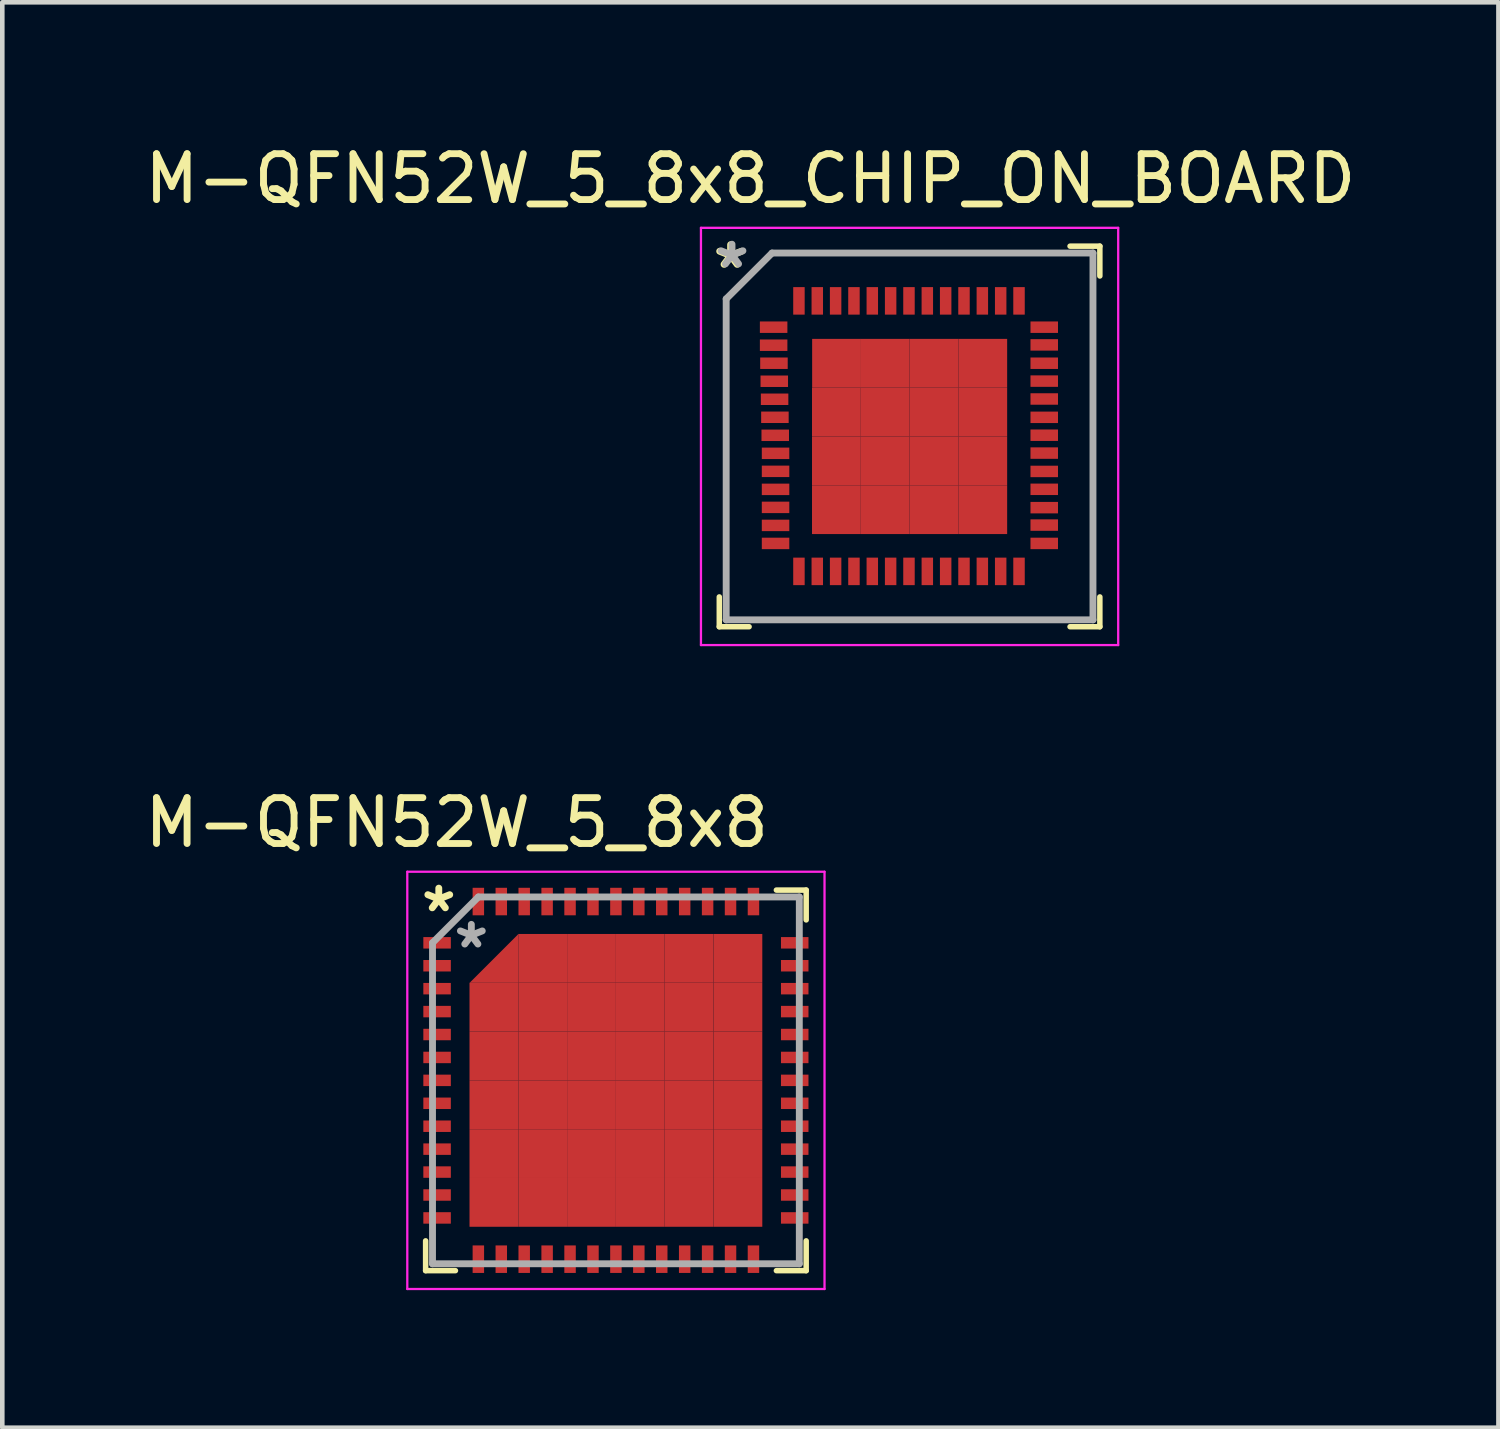
<source format=kicad_pcb>
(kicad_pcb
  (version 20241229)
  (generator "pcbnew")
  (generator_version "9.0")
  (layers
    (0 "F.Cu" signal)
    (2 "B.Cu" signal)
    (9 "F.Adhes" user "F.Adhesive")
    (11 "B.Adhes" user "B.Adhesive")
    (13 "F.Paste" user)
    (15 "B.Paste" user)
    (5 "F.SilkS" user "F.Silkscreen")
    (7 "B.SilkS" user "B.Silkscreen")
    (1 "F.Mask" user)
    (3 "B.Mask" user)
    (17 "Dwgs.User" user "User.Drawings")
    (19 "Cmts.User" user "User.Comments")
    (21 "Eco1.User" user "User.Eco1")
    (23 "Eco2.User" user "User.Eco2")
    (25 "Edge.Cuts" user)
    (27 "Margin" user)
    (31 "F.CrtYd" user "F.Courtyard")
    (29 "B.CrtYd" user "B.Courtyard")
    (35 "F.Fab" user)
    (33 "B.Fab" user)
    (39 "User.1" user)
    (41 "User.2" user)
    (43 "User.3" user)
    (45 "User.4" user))
  (footprint "M-QFN52W_5_8x8_CHIP_ON_BOARD"
    (layer "F.Cu")
    (at 13.595 9.662)
    (property "Reference" "M-QFN52W_5_8x8_CHIP_ON_BOARD" (at -0.279 -8.814 0) (layer "F.SilkS") (effects (font (size 1 1) (thickness 0.15))))
    (attr through_hole)
    (fp_line (start -0.957 0.957) (end -0.957 0.307) (stroke (width 0.12) (type solid)) (layer "F.SilkS"))
    (fp_line (start -0.307 0.957) (end -0.957 0.957) (stroke (width 0.12) (type solid)) (layer "F.SilkS"))
    (fp_line (start 6.693 -7.343) (end 7.343 -7.343) (stroke (width 0.12) (type solid)) (layer "F.SilkS"))
    (fp_line (start 6.693 0.957) (end 7.343 0.957) (stroke (width 0.12) (type solid)) (layer "F.SilkS"))
    (fp_line (start 7.343 -7.343) (end 7.343 -6.693) (stroke (width 0.12) (type solid)) (layer "F.SilkS"))
    (fp_line (start 7.343 0.957) (end 7.343 0.307) (stroke (width 0.12) (type solid)) (layer "F.SilkS"))
    (fp_line (start -1.357 -7.743) (end 7.743 -7.743) (stroke (width 0.05) (type solid)) (layer "F.CrtYd"))
    (fp_line (start -1.357 1.357) (end -1.357 -7.743) (stroke (width 0.05) (type solid)) (layer "F.CrtYd"))
    (fp_line (start 7.743 -7.743) (end 7.743 1.357) (stroke (width 0.05) (type solid)) (layer "F.CrtYd"))
    (fp_line (start 7.743 1.357) (end -1.357 1.357) (stroke (width 0.05) (type solid)) (layer "F.CrtYd"))
    (fp_line (start -0.807 -6.193) (end -0.807 0.807) (stroke (width 0.15) (type solid)) (layer "F.Fab"))
    (fp_line (start -0.807 0.807) (end 7.193 0.807) (stroke (width 0.15) (type solid)) (layer "F.Fab"))
    (fp_line (start 0.193 -7.193) (end -0.807 -6.193) (stroke (width 0.15) (type solid)) (layer "F.Fab"))
    (fp_line (start 7.193 -7.193) (end 0.193 -7.193) (stroke (width 0.15) (type solid)) (layer "F.Fab"))
    (fp_line (start 7.193 0.807) (end 7.193 -7.193) (stroke (width 0.15) (type solid)) (layer "F.Fab"))
    (fp_text user "*" (at -0.71 -6.83 0) (layer "F.SilkS") (effects (font (size 1 1) (thickness 0.15))))
    (fp_text user "*" (at -0.68 -6.84 0) (layer "F.Fab") (effects (font (size 1 1) (thickness 0.15))))
    (pad "1" smd rect (at 0.228 -5.576 90) (size 0.25 0.6) (layers "F.Cu" "F.Mask" "F.Paste"))
    (pad "2" smd rect (at 0.228 -5.183 90) (size 0.25 0.6) (layers "F.Cu" "F.Mask" "F.Paste"))
    (pad "3" smd rect (at 0.235 -4.79 90) (size 0.25 0.6) (layers "F.Cu" "F.Mask" "F.Paste"))
    (pad "4" smd rect (at 0.242 -4.397 90) (size 0.25 0.6) (layers "F.Cu" "F.Mask" "F.Paste"))
    (pad "5" smd rect (at 0.249 -4.004 90) (size 0.25 0.6) (layers "F.Cu" "F.Mask" "F.Paste"))
    (pad "6" smd rect (at 0.256 -3.611 90) (size 0.25 0.6) (layers "F.Cu" "F.Mask" "F.Paste"))
    (pad "7" smd rect (at 0.263 -3.218 90) (size 0.25 0.6) (layers "F.Cu" "F.Mask" "F.Paste"))
    (pad "8" smd rect (at 0.27 -2.825 90) (size 0.25 0.6) (layers "F.Cu" "F.Mask" "F.Paste"))
    (pad "9" smd rect (at 0.27 -2.432 90) (size 0.25 0.6) (layers "F.Cu" "F.Mask" "F.Paste"))
    (pad "10" smd rect (at 0.27 -2.039 90) (size 0.25 0.6) (layers "F.Cu" "F.Mask" "F.Paste"))
    (pad "11" smd rect (at 0.27 -1.646 90) (size 0.25 0.6) (layers "F.Cu" "F.Mask" "F.Paste"))
    (pad "12" smd rect (at 0.27 -1.253 90) (size 0.25 0.6) (layers "F.Cu" "F.Mask" "F.Paste"))
    (pad "13" smd rect (at 0.27 -0.86 90) (size 0.25 0.6) (layers "F.Cu" "F.Mask" "F.Paste"))
    (pad "14" smd rect (at 0.78 -0.25) (size 0.25 0.6) (layers "F.Cu" "F.Mask" "F.Paste"))
    (pad "15" smd rect (at 1.18 -0.25) (size 0.25 0.6) (layers "F.Cu" "F.Mask" "F.Paste"))
    (pad "16" smd rect (at 1.58 -0.25) (size 0.25 0.6) (layers "F.Cu" "F.Mask" "F.Paste"))
    (pad "17" smd rect (at 1.98 -0.25) (size 0.25 0.6) (layers "F.Cu" "F.Mask" "F.Paste"))
    (pad "18" smd rect (at 2.38 -0.25) (size 0.25 0.6) (layers "F.Cu" "F.Mask" "F.Paste"))
    (pad "19" smd rect (at 2.78 -0.25) (size 0.25 0.6) (layers "F.Cu" "F.Mask" "F.Paste"))
    (pad "20" smd rect (at 3.18 -0.25) (size 0.25 0.6) (layers "F.Cu" "F.Mask" "F.Paste"))
    (pad "21" smd rect (at 3.58 -0.25) (size 0.25 0.6) (layers "F.Cu" "F.Mask" "F.Paste"))
    (pad "22" smd rect (at 3.98 -0.25) (size 0.25 0.6) (layers "F.Cu" "F.Mask" "F.Paste"))
    (pad "23" smd rect (at 4.38 -0.25) (size 0.25 0.6) (layers "F.Cu" "F.Mask" "F.Paste"))
    (pad "24" smd rect (at 4.78 -0.25) (size 0.25 0.6) (layers "F.Cu" "F.Mask" "F.Paste"))
    (pad "25" smd rect (at 5.18 -0.25) (size 0.25 0.6) (layers "F.Cu" "F.Mask" "F.Paste"))
    (pad "26" smd rect (at 5.58 -0.25) (size 0.25 0.6) (layers "F.Cu" "F.Mask" "F.Paste"))
    (pad "27" smd rect (at 6.13 -0.86 90) (size 0.25 0.6) (layers "F.Cu" "F.Mask" "F.Paste"))
    (pad "28" smd rect (at 6.13 -1.26 90) (size 0.25 0.6) (layers "F.Cu" "F.Mask" "F.Paste"))
    (pad "29" smd rect (at 6.13 -1.64 90) (size 0.25 0.6) (layers "F.Cu" "F.Mask" "F.Paste"))
    (pad "30" smd rect (at 6.13 -2.04 90) (size 0.25 0.6) (layers "F.Cu" "F.Mask" "F.Paste"))
    (pad "31" smd rect (at 6.13 -2.43 90) (size 0.25 0.6) (layers "F.Cu" "F.Mask" "F.Paste"))
    (pad "32" smd rect (at 6.13 -2.83 90) (size 0.25 0.6) (layers "F.Cu" "F.Mask" "F.Paste"))
    (pad "33" smd rect (at 6.13 -3.22 90) (size 0.25 0.6) (layers "F.Cu" "F.Mask" "F.Paste"))
    (pad "34" smd rect (at 6.13 -3.61 90) (size 0.25 0.6) (layers "F.Cu" "F.Mask" "F.Paste"))
    (pad "35" smd rect (at 6.13 -4.01 90) (size 0.25 0.6) (layers "F.Cu" "F.Mask" "F.Paste"))
    (pad "36" smd rect (at 6.13 -4.4 90) (size 0.25 0.6) (layers "F.Cu" "F.Mask" "F.Paste"))
    (pad "37" smd rect (at 6.13 -4.79 90) (size 0.25 0.6) (layers "F.Cu" "F.Mask" "F.Paste"))
    (pad "38" smd rect (at 6.13 -5.19 90) (size 0.25 0.6) (layers "F.Cu" "F.Mask" "F.Paste"))
    (pad "39" smd rect (at 6.13 -5.576 90) (size 0.25 0.6) (layers "F.Cu" "F.Mask" "F.Paste"))
    (pad "40" smd rect (at 5.58 -6.15) (size 0.25 0.6) (layers "F.Cu" "F.Mask" "F.Paste"))
    (pad "41" smd rect (at 5.18 -6.15) (size 0.25 0.6) (layers "F.Cu" "F.Mask" "F.Paste"))
    (pad "42" smd rect (at 4.78 -6.15) (size 0.25 0.6) (layers "F.Cu" "F.Mask" "F.Paste"))
    (pad "43" smd rect (at 4.38 -6.15) (size 0.25 0.6) (layers "F.Cu" "F.Mask" "F.Paste"))
    (pad "44" smd rect (at 3.98 -6.15) (size 0.25 0.6) (layers "F.Cu" "F.Mask" "F.Paste"))
    (pad "45" smd rect (at 3.58 -6.15) (size 0.25 0.6) (layers "F.Cu" "F.Mask" "F.Paste"))
    (pad "46" smd rect (at 3.18 -6.15) (size 0.25 0.6) (layers "F.Cu" "F.Mask" "F.Paste"))
    (pad "47" smd rect (at 2.78 -6.15) (size 0.25 0.6) (layers "F.Cu" "F.Mask" "F.Paste"))
    (pad "48" smd rect (at 2.38 -6.15) (size 0.25 0.6) (layers "F.Cu" "F.Mask" "F.Paste"))
    (pad "49" smd rect (at 1.98 -6.15) (size 0.25 0.6) (layers "F.Cu" "F.Mask" "F.Paste"))
    (pad "50" smd rect (at 1.58 -6.15) (size 0.25 0.6) (layers "F.Cu" "F.Mask" "F.Paste"))
    (pad "51" smd rect (at 1.18 -6.15) (size 0.25 0.6) (layers "F.Cu" "F.Mask" "F.Paste"))
    (pad "52" smd rect (at 0.78 -6.15) (size 0.25 0.6) (layers "F.Cu" "F.Mask" "F.Paste"))
    (pad "53" smd rect (at 1.597 -3.725) (size 1.064 1.064) (layers "F.Cu" "F.Mask" "F.Paste"))
    (pad "53" smd rect (at 1.597 -2.661) (size 1.064 1.064) (layers "F.Cu" "F.Mask" "F.Paste"))
    (pad "53" smd rect (at 1.597 -1.596) (size 1.064 1.064) (layers "F.Cu" "F.Mask" "F.Paste"))
    (pad "53" smd rect (at 1.6 -4.789) (size 1.064 1.064) (layers "F.Cu" "F.Mask" "F.Paste"))
    (pad "53" smd rect (at 2.661 -4.789) (size 1.064 1.064) (layers "F.Cu" "F.Mask" "F.Paste"))
    (pad "53" smd rect (at 2.661 -3.725) (size 1.064 1.064) (layers "F.Cu" "F.Mask" "F.Paste"))
    (pad "53" smd rect (at 2.661 -2.661) (size 1.064 1.064) (layers "F.Cu" "F.Mask" "F.Paste"))
    (pad "53" smd rect (at 2.661 -1.596) (size 1.064 1.064) (layers "F.Cu" "F.Mask" "F.Paste"))
    (pad "53" smd rect (at 3.725 -4.789) (size 1.064 1.064) (layers "F.Cu" "F.Mask" "F.Paste"))
    (pad "53" smd rect (at 3.725 -3.725) (size 1.064 1.064) (layers "F.Cu" "F.Mask" "F.Paste"))
    (pad "53" smd rect (at 3.725 -2.661) (size 1.064 1.064) (layers "F.Cu" "F.Mask" "F.Paste"))
    (pad "53" smd rect (at 3.725 -1.596) (size 1.064 1.064) (layers "F.Cu" "F.Mask" "F.Paste"))
    (pad "53" smd rect (at 4.789 -4.789) (size 1.064 1.064) (layers "F.Cu" "F.Mask" "F.Paste"))
    (pad "53" smd rect (at 4.789 -3.725) (size 1.064 1.064) (layers "F.Cu" "F.Mask" "F.Paste"))
    (pad "53" smd rect (at 4.789 -2.661) (size 1.064 1.064) (layers "F.Cu" "F.Mask" "F.Paste"))
    (pad "53" smd rect (at 4.789 -1.596) (size 1.064 1.064) (layers "F.Cu" "F.Mask" "F.Paste")))
  (footprint "M-QFN52W_5_8x8"
    (layer "F.Cu")
    (at 7.19 23.706)
    (property "Reference" "M-QFN52W_5_8x8" (at -0.279 -8.814 0) (layer "F.SilkS") (effects (font (size 1 1) (thickness 0.15))))
    (attr through_hole)
    (fp_line (start -0.957 0.957) (end -0.957 0.307) (stroke (width 0.12) (type solid)) (layer "F.SilkS"))
    (fp_line (start -0.307 0.957) (end -0.957 0.957) (stroke (width 0.12) (type solid)) (layer "F.SilkS"))
    (fp_line (start 6.693 -7.343) (end 7.343 -7.343) (stroke (width 0.12) (type solid)) (layer "F.SilkS"))
    (fp_line (start 6.693 0.957) (end 7.343 0.957) (stroke (width 0.12) (type solid)) (layer "F.SilkS"))
    (fp_line (start 7.343 -7.343) (end 7.343 -6.693) (stroke (width 0.12) (type solid)) (layer "F.SilkS"))
    (fp_line (start 7.343 0.957) (end 7.343 0.307) (stroke (width 0.12) (type solid)) (layer "F.SilkS"))
    (fp_line (start -1.357 -7.743) (end 7.743 -7.743) (stroke (width 0.05) (type solid)) (layer "F.CrtYd"))
    (fp_line (start -1.357 1.357) (end -1.357 -7.743) (stroke (width 0.05) (type solid)) (layer "F.CrtYd"))
    (fp_line (start 7.743 -7.743) (end 7.743 1.357) (stroke (width 0.05) (type solid)) (layer "F.CrtYd"))
    (fp_line (start 7.743 1.357) (end -1.357 1.357) (stroke (width 0.05) (type solid)) (layer "F.CrtYd"))
    (fp_line (start -0.807 -6.193) (end -0.807 0.807) (stroke (width 0.15) (type solid)) (layer "F.Fab"))
    (fp_line (start -0.807 0.807) (end 7.193 0.807) (stroke (width 0.15) (type solid)) (layer "F.Fab"))
    (fp_line (start 0.193 -7.193) (end -0.807 -6.193) (stroke (width 0.15) (type solid)) (layer "F.Fab"))
    (fp_line (start 7.193 -7.193) (end 0.193 -7.193) (stroke (width 0.15) (type solid)) (layer "F.Fab"))
    (fp_line (start 7.193 0.807) (end 7.193 -7.193) (stroke (width 0.15) (type solid)) (layer "F.Fab"))
    (fp_text user "*" (at -0.67 -6.84 0) (layer "F.SilkS") (effects (font (size 1 1) (thickness 0.15))))
    (fp_text user "*" (at 0.04 -6.05 0) (layer "F.Fab") (effects (font (size 1 1) (thickness 0.15))))
    (pad "1" smd rect (at -0.707 -6.193 90) (size 0.25 0.6) (layers "F.Cu" "F.Mask" "F.Paste"))
    (pad "2" smd rect (at -0.707 -5.693 90) (size 0.25 0.6) (layers "F.Cu" "F.Mask" "F.Paste"))
    (pad "3" smd rect (at -0.707 -5.193 90) (size 0.25 0.6) (layers "F.Cu" "F.Mask" "F.Paste"))
    (pad "4" smd rect (at -0.707 -4.693 90) (size 0.25 0.6) (layers "F.Cu" "F.Mask" "F.Paste"))
    (pad "5" smd rect (at -0.707 -4.193 90) (size 0.25 0.6) (layers "F.Cu" "F.Mask" "F.Paste"))
    (pad "6" smd rect (at -0.707 -3.693 90) (size 0.25 0.6) (layers "F.Cu" "F.Mask" "F.Paste"))
    (pad "7" smd rect (at -0.707 -3.193 90) (size 0.25 0.6) (layers "F.Cu" "F.Mask" "F.Paste"))
    (pad "8" smd rect (at -0.707 -2.693 90) (size 0.25 0.6) (layers "F.Cu" "F.Mask" "F.Paste"))
    (pad "9" smd rect (at -0.707 -2.193 90) (size 0.25 0.6) (layers "F.Cu" "F.Mask" "F.Paste"))
    (pad "10" smd rect (at -0.707 -1.693 90) (size 0.25 0.6) (layers "F.Cu" "F.Mask" "F.Paste"))
    (pad "11" smd rect (at -0.707 -1.193 90) (size 0.25 0.6) (layers "F.Cu" "F.Mask" "F.Paste"))
    (pad "12" smd rect (at -0.707 -0.693 90) (size 0.25 0.6) (layers "F.Cu" "F.Mask" "F.Paste"))
    (pad "13" smd rect (at -0.707 -0.193 90) (size 0.25 0.6) (layers "F.Cu" "F.Mask" "F.Paste"))
    (pad "14" smd rect (at 0.193 0.707) (size 0.25 0.6) (layers "F.Cu" "F.Mask" "F.Paste"))
    (pad "15" smd rect (at 0.693 0.707) (size 0.25 0.6) (layers "F.Cu" "F.Mask" "F.Paste"))
    (pad "16" smd rect (at 1.193 0.707) (size 0.25 0.6) (layers "F.Cu" "F.Mask" "F.Paste"))
    (pad "17" smd rect (at 1.693 0.707) (size 0.25 0.6) (layers "F.Cu" "F.Mask" "F.Paste"))
    (pad "18" smd rect (at 2.193 0.707) (size 0.25 0.6) (layers "F.Cu" "F.Mask" "F.Paste"))
    (pad "19" smd rect (at 2.693 0.707) (size 0.25 0.6) (layers "F.Cu" "F.Mask" "F.Paste"))
    (pad "20" smd rect (at 3.193 0.707) (size 0.25 0.6) (layers "F.Cu" "F.Mask" "F.Paste"))
    (pad "21" smd rect (at 3.693 0.707) (size 0.25 0.6) (layers "F.Cu" "F.Mask" "F.Paste"))
    (pad "22" smd rect (at 4.193 0.707) (size 0.25 0.6) (layers "F.Cu" "F.Mask" "F.Paste"))
    (pad "23" smd rect (at 4.693 0.707) (size 0.25 0.6) (layers "F.Cu" "F.Mask" "F.Paste"))
    (pad "24" smd rect (at 5.193 0.707) (size 0.25 0.6) (layers "F.Cu" "F.Mask" "F.Paste"))
    (pad "25" smd rect (at 5.693 0.707) (size 0.25 0.6) (layers "F.Cu" "F.Mask" "F.Paste"))
    (pad "26" smd rect (at 6.193 0.707) (size 0.25 0.6) (layers "F.Cu" "F.Mask" "F.Paste"))
    (pad "27" smd rect (at 7.093 -0.193 90) (size 0.25 0.6) (layers "F.Cu" "F.Mask" "F.Paste"))
    (pad "28" smd rect (at 7.093 -0.693 90) (size 0.25 0.6) (layers "F.Cu" "F.Mask" "F.Paste"))
    (pad "29" smd rect (at 7.093 -1.193 90) (size 0.25 0.6) (layers "F.Cu" "F.Mask" "F.Paste"))
    (pad "30" smd rect (at 7.093 -1.693 90) (size 0.25 0.6) (layers "F.Cu" "F.Mask" "F.Paste"))
    (pad "31" smd rect (at 7.093 -2.193 90) (size 0.25 0.6) (layers "F.Cu" "F.Mask" "F.Paste"))
    (pad "32" smd rect (at 7.093 -2.693 90) (size 0.25 0.6) (layers "F.Cu" "F.Mask" "F.Paste"))
    (pad "33" smd rect (at 7.093 -3.193 90) (size 0.25 0.6) (layers "F.Cu" "F.Mask" "F.Paste"))
    (pad "34" smd rect (at 7.093 -3.693 90) (size 0.25 0.6) (layers "F.Cu" "F.Mask" "F.Paste"))
    (pad "35" smd rect (at 7.093 -4.193 90) (size 0.25 0.6) (layers "F.Cu" "F.Mask" "F.Paste"))
    (pad "36" smd rect (at 7.093 -4.693 90) (size 0.25 0.6) (layers "F.Cu" "F.Mask" "F.Paste"))
    (pad "37" smd rect (at 7.093 -5.193 90) (size 0.25 0.6) (layers "F.Cu" "F.Mask" "F.Paste"))
    (pad "38" smd rect (at 7.093 -5.693 90) (size 0.25 0.6) (layers "F.Cu" "F.Mask" "F.Paste"))
    (pad "39" smd rect (at 7.093 -6.193 90) (size 0.25 0.6) (layers "F.Cu" "F.Mask" "F.Paste"))
    (pad "40" smd rect (at 6.193 -7.093) (size 0.25 0.6) (layers "F.Cu" "F.Mask" "F.Paste"))
    (pad "41" smd rect (at 5.693 -7.093) (size 0.25 0.6) (layers "F.Cu" "F.Mask" "F.Paste"))
    (pad "42" smd rect (at 5.193 -7.093) (size 0.25 0.6) (layers "F.Cu" "F.Mask" "F.Paste"))
    (pad "43" smd rect (at 4.693 -7.093) (size 0.25 0.6) (layers "F.Cu" "F.Mask" "F.Paste"))
    (pad "44" smd rect (at 4.193 -7.093) (size 0.25 0.6) (layers "F.Cu" "F.Mask" "F.Paste"))
    (pad "45" smd rect (at 3.693 -7.093) (size 0.25 0.6) (layers "F.Cu" "F.Mask" "F.Paste"))
    (pad "46" smd rect (at 3.193 -7.093) (size 0.25 0.6) (layers "F.Cu" "F.Mask" "F.Paste"))
    (pad "47" smd rect (at 2.693 -7.093) (size 0.25 0.6) (layers "F.Cu" "F.Mask" "F.Paste"))
    (pad "48" smd rect (at 2.193 -7.093) (size 0.25 0.6) (layers "F.Cu" "F.Mask" "F.Paste"))
    (pad "49" smd rect (at 1.693 -7.093) (size 0.25 0.6) (layers "F.Cu" "F.Mask" "F.Paste"))
    (pad "50" smd rect (at 1.193 -7.093) (size 0.25 0.6) (layers "F.Cu" "F.Mask" "F.Paste"))
    (pad "51" smd rect (at 0.693 -7.093) (size 0.25 0.6) (layers "F.Cu" "F.Mask" "F.Paste"))
    (pad "52" smd rect (at 0.193 -7.093) (size 0.25 0.6) (layers "F.Cu" "F.Mask" "F.Paste"))
    (pad "53" smd rect (at 0.532 -4.789) (size 1.064 1.064) (layers "F.Cu" "F.Mask" "F.Paste"))
    (pad "53" smd rect (at 0.532 -3.725) (size 1.064 1.064) (layers "F.Cu" "F.Mask" "F.Paste"))
    (pad "53" smd rect (at 0.532 -2.661) (size 1.064 1.064) (layers "F.Cu" "F.Mask" "F.Paste"))
    (pad "53" smd rect (at 0.532 -1.596) (size 1.064 1.064) (layers "F.Cu" "F.Mask" "F.Paste"))
    (pad "53" smd rect (at 0.532 -0.532) (size 1.064 1.064) (layers "F.Cu" "F.Mask" "F.Paste"))
    (pad "53" smd trapezoid (at 0.8 -5.587 225) (size 0.752 0.752) (rect_delta 0 0.752) (layers "F.Cu" "F.Mask" "F.Paste"))
    (pad "53" smd rect (at 1.597 -5.854) (size 1.064 1.064) (layers "F.Cu" "F.Mask" "F.Paste"))
    (pad "53" smd rect (at 1.597 -4.789) (size 1.064 1.064) (layers "F.Cu" "F.Mask" "F.Paste"))
    (pad "53" smd rect (at 1.597 -3.725) (size 1.064 1.064) (layers "F.Cu" "F.Mask" "F.Paste"))
    (pad "53" smd rect (at 1.597 -2.661) (size 1.064 1.064) (layers "F.Cu" "F.Mask" "F.Paste"))
    (pad "53" smd rect (at 1.597 -1.596) (size 1.064 1.064) (layers "F.Cu" "F.Mask" "F.Paste"))
    (pad "53" smd rect (at 1.597 -0.532) (size 1.064 1.064) (layers "F.Cu" "F.Mask" "F.Paste"))
    (pad "53" smd rect (at 2.661 -5.854) (size 1.064 1.064) (layers "F.Cu" "F.Mask" "F.Paste"))
    (pad "53" smd rect (at 2.661 -4.789) (size 1.064 1.064) (layers "F.Cu" "F.Mask" "F.Paste"))
    (pad "53" smd rect (at 2.661 -3.725) (size 1.064 1.064) (layers "F.Cu" "F.Mask" "F.Paste"))
    (pad "53" smd rect (at 2.661 -2.661) (size 1.064 1.064) (layers "F.Cu" "F.Mask" "F.Paste"))
    (pad "53" smd rect (at 2.661 -1.596) (size 1.064 1.064) (layers "F.Cu" "F.Mask" "F.Paste"))
    (pad "53" smd rect (at 2.661 -0.532) (size 1.064 1.064) (layers "F.Cu" "F.Mask" "F.Paste"))
    (pad "53" smd rect (at 3.725 -5.854) (size 1.064 1.064) (layers "F.Cu" "F.Mask" "F.Paste"))
    (pad "53" smd rect (at 3.725 -4.789) (size 1.064 1.064) (layers "F.Cu" "F.Mask" "F.Paste"))
    (pad "53" smd rect (at 3.725 -3.725) (size 1.064 1.064) (layers "F.Cu" "F.Mask" "F.Paste"))
    (pad "53" smd rect (at 3.725 -2.661) (size 1.064 1.064) (layers "F.Cu" "F.Mask" "F.Paste"))
    (pad "53" smd rect (at 3.725 -1.596) (size 1.064 1.064) (layers "F.Cu" "F.Mask" "F.Paste"))
    (pad "53" smd rect (at 3.725 -0.532) (size 1.064 1.064) (layers "F.Cu" "F.Mask" "F.Paste"))
    (pad "53" smd rect (at 4.789 -5.854) (size 1.064 1.064) (layers "F.Cu" "F.Mask" "F.Paste"))
    (pad "53" smd rect (at 4.789 -4.789) (size 1.064 1.064) (layers "F.Cu" "F.Mask" "F.Paste"))
    (pad "53" smd rect (at 4.789 -3.725) (size 1.064 1.064) (layers "F.Cu" "F.Mask" "F.Paste"))
    (pad "53" smd rect (at 4.789 -2.661) (size 1.064 1.064) (layers "F.Cu" "F.Mask" "F.Paste"))
    (pad "53" smd rect (at 4.789 -1.596) (size 1.064 1.064) (layers "F.Cu" "F.Mask" "F.Paste"))
    (pad "53" smd rect (at 4.789 -0.532) (size 1.064 1.064) (layers "F.Cu" "F.Mask" "F.Paste"))
    (pad "53" smd rect (at 5.854 -5.854) (size 1.064 1.064) (layers "F.Cu" "F.Mask" "F.Paste"))
    (pad "53" smd rect (at 5.854 -4.789) (size 1.064 1.064) (layers "F.Cu" "F.Mask" "F.Paste"))
    (pad "53" smd rect (at 5.854 -3.725) (size 1.064 1.064) (layers "F.Cu" "F.Mask" "F.Paste"))
    (pad "53" smd rect (at 5.854 -2.661) (size 1.064 1.064) (layers "F.Cu" "F.Mask" "F.Paste"))
    (pad "53" smd rect (at 5.854 -1.596) (size 1.064 1.064) (layers "F.Cu" "F.Mask" "F.Paste"))
    (pad "53" smd rect (at 5.854 -0.532) (size 1.064 1.064) (layers "F.Cu" "F.Mask" "F.Paste")))
  (gr_rect
    (start -3 -3)
    (end 29.631 28.088)
    (stroke (width 0.1) (type default))
    (fill no)
    (layer "Edge.Cuts")))
</source>
